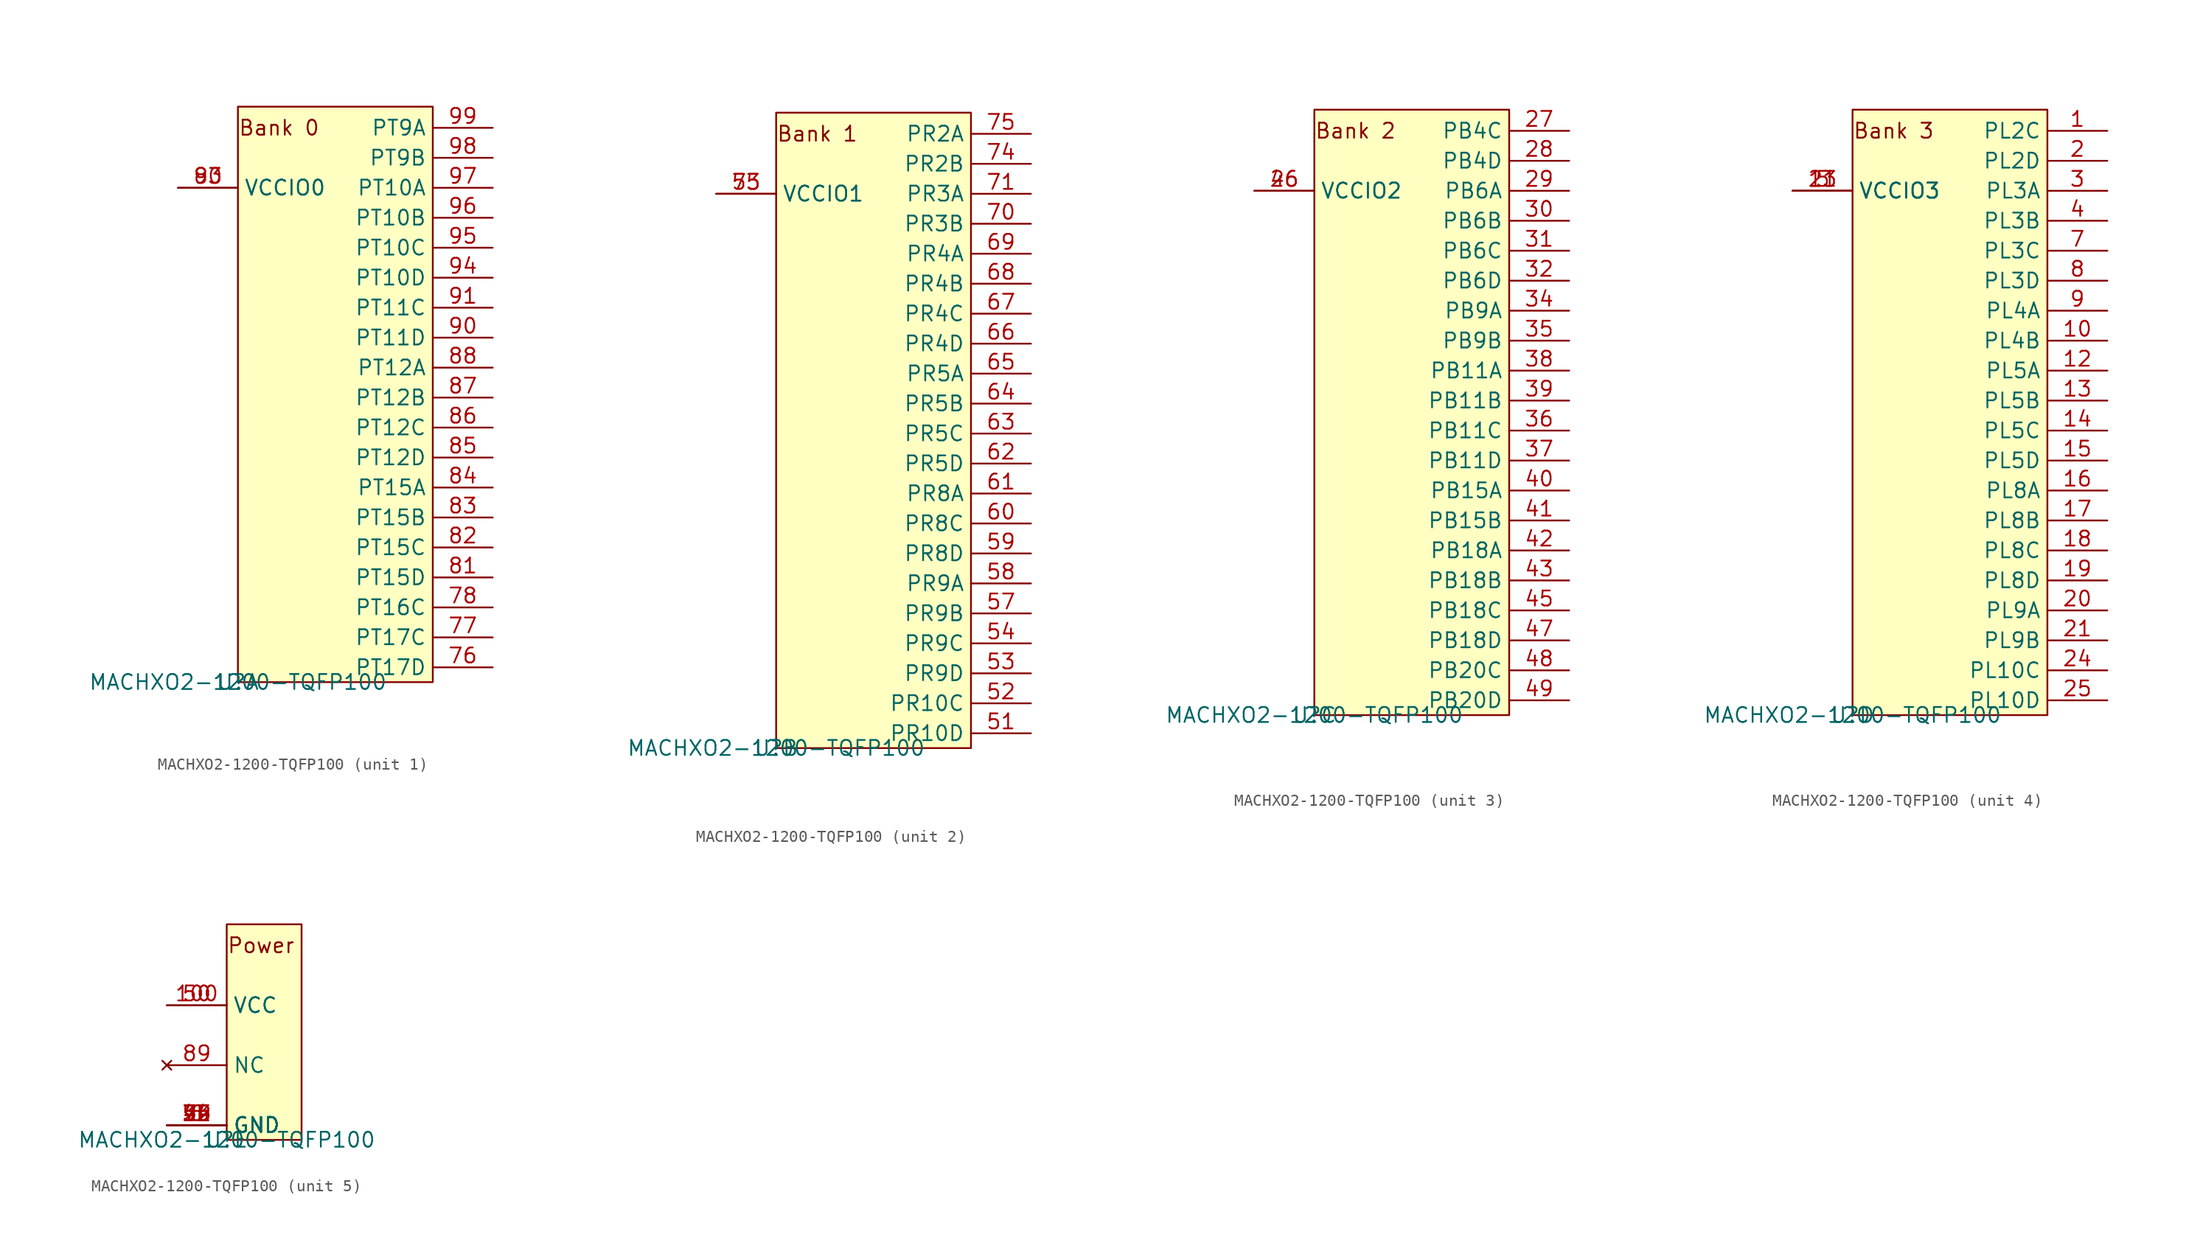
<source format=kicad_sym>
(kicad_symbol_lib
  (version 20211014)
  (generator kicad_symbol_editor)
  (symbol "MACHXO2-1200-TQFP100"
    (property "Reference" "U"
      (at 0 0 0)
      (effects (font (size 1.27 1.27))))
    (property "Value" "MACHXO2-1200-TQFP100"
      (at 0 0 0)
      (effects (font (size 1.27 1.27))))
    (property "ki_locked" ""
      (at 0 0 0)
      (effects (font (size 1.27 1.27))))
    (symbol "MACHXO2-1200-TQFP100_1_0"
      (pin power_in line (at -5.08 41.894 0) (length 5.08) (name "VCCIO0" (effects (font (size 1.27 1.27)))) (number "80" (effects (font (size 1.27 1.27)))))
      (pin power_in line (at -5.08 41.894 0) (length 5.08) (name "VCCIO0" (effects (font (size 1.27 1.27)))) (number "93" (effects (font (size 1.27 1.27)))))
      (pin bidirectional line (at 21.59 46.974 180) (length 5.08) (name "PT9A" (effects (font (size 1.27 1.27)))) (number "99" (effects (font (size 1.27 1.27)))))
      (pin bidirectional line (at 21.59 44.434 180) (length 5.08) (name "PT9B" (effects (font (size 1.27 1.27)))) (number "98" (effects (font (size 1.27 1.27)))))
      (pin bidirectional line (at 21.59 41.894 180) (length 5.08) (name "PT10A" (effects (font (size 1.27 1.27)))) (number "97" (effects (font (size 1.27 1.27)))))
      (pin bidirectional line (at 21.59 39.354 180) (length 5.08) (name "PT10B" (effects (font (size 1.27 1.27)))) (number "96" (effects (font (size 1.27 1.27)))))
      (pin bidirectional line (at 21.59 36.814 180) (length 5.08) (name "PT10C" (effects (font (size 1.27 1.27)))) (number "95" (effects (font (size 1.27 1.27)))))
      (pin bidirectional line (at 21.59 34.274 180) (length 5.08) (name "PT10D" (effects (font (size 1.27 1.27)))) (number "94" (effects (font (size 1.27 1.27)))))
      (pin bidirectional line (at 21.59 31.734 180) (length 5.08) (name "PT11C" (effects (font (size 1.27 1.27)))) (number "91" (effects (font (size 1.27 1.27)))))
      (pin bidirectional line (at 21.59 29.194 180) (length 5.08) (name "PT11D" (effects (font (size 1.27 1.27)))) (number "90" (effects (font (size 1.27 1.27)))))
      (pin bidirectional line (at 21.59 26.654 180) (length 5.08) (name "PT12A" (effects (font (size 1.27 1.27)))) (number "88" (effects (font (size 1.27 1.27)))))
      (pin bidirectional line (at 21.59 24.114 180) (length 5.08) (name "PT12B" (effects (font (size 1.27 1.27)))) (number "87" (effects (font (size 1.27 1.27)))))
      (pin bidirectional line (at 21.59 21.574 180) (length 5.08) (name "PT12C" (effects (font (size 1.27 1.27)))) (number "86" (effects (font (size 1.27 1.27)))))
      (pin bidirectional line (at 21.59 19.034 180) (length 5.08) (name "PT12D" (effects (font (size 1.27 1.27)))) (number "85" (effects (font (size 1.27 1.27)))))
      (pin bidirectional line (at 21.59 16.494 180) (length 5.08) (name "PT15A" (effects (font (size 1.27 1.27)))) (number "84" (effects (font (size 1.27 1.27)))))
      (pin bidirectional line (at 21.59 13.954 180) (length 5.08) (name "PT15B" (effects (font (size 1.27 1.27)))) (number "83" (effects (font (size 1.27 1.27)))))
      (pin bidirectional line (at 21.59 11.414 180) (length 5.08) (name "PT15C" (effects (font (size 1.27 1.27)))) (number "82" (effects (font (size 1.27 1.27)))))
      (pin bidirectional line (at 21.59 8.874 180) (length 5.08) (name "PT15D" (effects (font (size 1.27 1.27)))) (number "81" (effects (font (size 1.27 1.27)))))
      (pin bidirectional line (at 21.59 6.334 180) (length 5.08) (name "PT16C" (effects (font (size 1.27 1.27)))) (number "78" (effects (font (size 1.27 1.27)))))
      (pin bidirectional line (at 21.59 3.794 180) (length 5.08) (name "PT17C" (effects (font (size 1.27 1.27)))) (number "77" (effects (font (size 1.27 1.27)))))
      (pin bidirectional line (at 21.59 1.254 180) (length 5.08) (name "PT17D" (effects (font (size 1.27 1.27)))) (number "76" (effects (font (size 1.27 1.27))))))
    (symbol "MACHXO2-1200-TQFP100_1_1"
      (rectangle (start 0 0) (end 16.51 48.768) (stroke (width 0) (type default) (color 0 0 0 0)) (fill (type background)))
      (text "Bank 0" (at 0 46.974 0) (effects (font (size 1.27 1.27)) (justify left))))
    (symbol "MACHXO2-1200-TQFP100_2_0"
      (pin power_in line (at -5.08 46.974 0) (length 5.08) (name "VCCIO1" (effects (font (size 1.27 1.27)))) (number "55" (effects (font (size 1.27 1.27)))))
      (pin power_in line (at -5.08 46.974 0) (length 5.08) (name "VCCIO1" (effects (font (size 1.27 1.27)))) (number "73" (effects (font (size 1.27 1.27)))))
      (pin bidirectional line (at 21.59 52.054 180) (length 5.08) (name "PR2A" (effects (font (size 1.27 1.27)))) (number "75" (effects (font (size 1.27 1.27)))))
      (pin bidirectional line (at 21.59 49.514 180) (length 5.08) (name "PR2B" (effects (font (size 1.27 1.27)))) (number "74" (effects (font (size 1.27 1.27)))))
      (pin bidirectional line (at 21.59 46.974 180) (length 5.08) (name "PR3A" (effects (font (size 1.27 1.27)))) (number "71" (effects (font (size 1.27 1.27)))))
      (pin bidirectional line (at 21.59 44.434 180) (length 5.08) (name "PR3B" (effects (font (size 1.27 1.27)))) (number "70" (effects (font (size 1.27 1.27)))))
      (pin bidirectional line (at 21.59 41.894 180) (length 5.08) (name "PR4A" (effects (font (size 1.27 1.27)))) (number "69" (effects (font (size 1.27 1.27)))))
      (pin bidirectional line (at 21.59 39.354 180) (length 5.08) (name "PR4B" (effects (font (size 1.27 1.27)))) (number "68" (effects (font (size 1.27 1.27)))))
      (pin bidirectional line (at 21.59 36.814 180) (length 5.08) (name "PR4C" (effects (font (size 1.27 1.27)))) (number "67" (effects (font (size 1.27 1.27)))))
      (pin bidirectional line (at 21.59 34.274 180) (length 5.08) (name "PR4D" (effects (font (size 1.27 1.27)))) (number "66" (effects (font (size 1.27 1.27)))))
      (pin bidirectional line (at 21.59 31.734 180) (length 5.08) (name "PR5A" (effects (font (size 1.27 1.27)))) (number "65" (effects (font (size 1.27 1.27)))))
      (pin bidirectional line (at 21.59 29.194 180) (length 5.08) (name "PR5B" (effects (font (size 1.27 1.27)))) (number "64" (effects (font (size 1.27 1.27)))))
      (pin bidirectional line (at 21.59 26.654 180) (length 5.08) (name "PR5C" (effects (font (size 1.27 1.27)))) (number "63" (effects (font (size 1.27 1.27)))))
      (pin bidirectional line (at 21.59 24.114 180) (length 5.08) (name "PR5D" (effects (font (size 1.27 1.27)))) (number "62" (effects (font (size 1.27 1.27)))))
      (pin bidirectional line (at 21.59 21.574 180) (length 5.08) (name "PR8A" (effects (font (size 1.27 1.27)))) (number "61" (effects (font (size 1.27 1.27)))))
      (pin bidirectional line (at 21.59 19.034 180) (length 5.08) (name "PR8C" (effects (font (size 1.27 1.27)))) (number "60" (effects (font (size 1.27 1.27)))))
      (pin bidirectional line (at 21.59 16.494 180) (length 5.08) (name "PR8D" (effects (font (size 1.27 1.27)))) (number "59" (effects (font (size 1.27 1.27)))))
      (pin bidirectional line (at 21.59 13.954 180) (length 5.08) (name "PR9A" (effects (font (size 1.27 1.27)))) (number "58" (effects (font (size 1.27 1.27)))))
      (pin bidirectional line (at 21.59 11.414 180) (length 5.08) (name "PR9B" (effects (font (size 1.27 1.27)))) (number "57" (effects (font (size 1.27 1.27)))))
      (pin bidirectional line (at 21.59 8.874 180) (length 5.08) (name "PR9C" (effects (font (size 1.27 1.27)))) (number "54" (effects (font (size 1.27 1.27)))))
      (pin bidirectional line (at 21.59 6.334 180) (length 5.08) (name "PR9D" (effects (font (size 1.27 1.27)))) (number "53" (effects (font (size 1.27 1.27)))))
      (pin bidirectional line (at 21.59 3.794 180) (length 5.08) (name "PR10C" (effects (font (size 1.27 1.27)))) (number "52" (effects (font (size 1.27 1.27)))))
      (pin bidirectional line (at 21.59 1.254 180) (length 5.08) (name "PR10D" (effects (font (size 1.27 1.27)))) (number "51" (effects (font (size 1.27 1.27))))))
    (symbol "MACHXO2-1200-TQFP100_2_1"
      (rectangle (start 0 0) (end 16.51 53.848) (stroke (width 0) (type default) (color 0 0 0 0)) (fill (type background)))
      (text "Bank 1" (at 0 52.054 0) (effects (font (size 1.27 1.27)) (justify left))))
    (symbol "MACHXO2-1200-TQFP100_3_0"
      (pin power_in line (at -5.08 44.434 0) (length 5.08) (name "VCCIO2" (effects (font (size 1.27 1.27)))) (number "26" (effects (font (size 1.27 1.27)))))
      (pin power_in line (at -5.08 44.434 0) (length 5.08) (name "VCCIO2" (effects (font (size 1.27 1.27)))) (number "46" (effects (font (size 1.27 1.27)))))
      (pin bidirectional line (at 21.59 49.514 180) (length 5.08) (name "PB4C" (effects (font (size 1.27 1.27)))) (number "27" (effects (font (size 1.27 1.27)))))
      (pin bidirectional line (at 21.59 46.974 180) (length 5.08) (name "PB4D" (effects (font (size 1.27 1.27)))) (number "28" (effects (font (size 1.27 1.27)))))
      (pin bidirectional line (at 21.59 44.434 180) (length 5.08) (name "PB6A" (effects (font (size 1.27 1.27)))) (number "29" (effects (font (size 1.27 1.27)))))
      (pin bidirectional line (at 21.59 41.894 180) (length 5.08) (name "PB6B" (effects (font (size 1.27 1.27)))) (number "30" (effects (font (size 1.27 1.27)))))
      (pin bidirectional line (at 21.59 39.354 180) (length 5.08) (name "PB6C" (effects (font (size 1.27 1.27)))) (number "31" (effects (font (size 1.27 1.27)))))
      (pin bidirectional line (at 21.59 36.814 180) (length 5.08) (name "PB6D" (effects (font (size 1.27 1.27)))) (number "32" (effects (font (size 1.27 1.27)))))
      (pin bidirectional line (at 21.59 34.274 180) (length 5.08) (name "PB9A" (effects (font (size 1.27 1.27)))) (number "34" (effects (font (size 1.27 1.27)))))
      (pin bidirectional line (at 21.59 31.734 180) (length 5.08) (name "PB9B" (effects (font (size 1.27 1.27)))) (number "35" (effects (font (size 1.27 1.27)))))
      (pin bidirectional line (at 21.59 29.194 180) (length 5.08) (name "PB11A" (effects (font (size 1.27 1.27)))) (number "38" (effects (font (size 1.27 1.27)))))
      (pin bidirectional line (at 21.59 26.654 180) (length 5.08) (name "PB11B" (effects (font (size 1.27 1.27)))) (number "39" (effects (font (size 1.27 1.27)))))
      (pin bidirectional line (at 21.59 24.114 180) (length 5.08) (name "PB11C" (effects (font (size 1.27 1.27)))) (number "36" (effects (font (size 1.27 1.27)))))
      (pin bidirectional line (at 21.59 21.574 180) (length 5.08) (name "PB11D" (effects (font (size 1.27 1.27)))) (number "37" (effects (font (size 1.27 1.27)))))
      (pin bidirectional line (at 21.59 19.034 180) (length 5.08) (name "PB15A" (effects (font (size 1.27 1.27)))) (number "40" (effects (font (size 1.27 1.27)))))
      (pin bidirectional line (at 21.59 16.494 180) (length 5.08) (name "PB15B" (effects (font (size 1.27 1.27)))) (number "41" (effects (font (size 1.27 1.27)))))
      (pin bidirectional line (at 21.59 13.954 180) (length 5.08) (name "PB18A" (effects (font (size 1.27 1.27)))) (number "42" (effects (font (size 1.27 1.27)))))
      (pin bidirectional line (at 21.59 11.414 180) (length 5.08) (name "PB18B" (effects (font (size 1.27 1.27)))) (number "43" (effects (font (size 1.27 1.27)))))
      (pin bidirectional line (at 21.59 8.874 180) (length 5.08) (name "PB18C" (effects (font (size 1.27 1.27)))) (number "45" (effects (font (size 1.27 1.27)))))
      (pin bidirectional line (at 21.59 6.334 180) (length 5.08) (name "PB18D" (effects (font (size 1.27 1.27)))) (number "47" (effects (font (size 1.27 1.27)))))
      (pin bidirectional line (at 21.59 3.794 180) (length 5.08) (name "PB20C" (effects (font (size 1.27 1.27)))) (number "48" (effects (font (size 1.27 1.27)))))
      (pin bidirectional line (at 21.59 1.254 180) (length 5.08) (name "PB20D" (effects (font (size 1.27 1.27)))) (number "49" (effects (font (size 1.27 1.27))))))
    (symbol "MACHXO2-1200-TQFP100_3_1"
      (rectangle (start 0 0) (end 16.51 51.308) (stroke (width 0) (type default) (color 0 0 0 0)) (fill (type background)))
      (text "Bank 2" (at 0 49.514 0) (effects (font (size 1.27 1.27)) (justify left))))
    (symbol "MACHXO2-1200-TQFP100_4_0"
      (pin power_in line (at -5.08 44.434 0) (length 5.08) (name "VCCIO3" (effects (font (size 1.27 1.27)))) (number "5" (effects (font (size 1.27 1.27)))))
      (pin power_in line (at -5.08 44.434 0) (length 5.08) (name "VCCIO3" (effects (font (size 1.27 1.27)))) (number "11" (effects (font (size 1.27 1.27)))))
      (pin power_in line (at -5.08 44.434 0) (length 5.08) (name "VCCIO3" (effects (font (size 1.27 1.27)))) (number "23" (effects (font (size 1.27 1.27)))))
      (pin bidirectional line (at 21.59 49.514 180) (length 5.08) (name "PL2C" (effects (font (size 1.27 1.27)))) (number "1" (effects (font (size 1.27 1.27)))))
      (pin bidirectional line (at 21.59 46.974 180) (length 5.08) (name "PL2D" (effects (font (size 1.27 1.27)))) (number "2" (effects (font (size 1.27 1.27)))))
      (pin bidirectional line (at 21.59 44.434 180) (length 5.08) (name "PL3A" (effects (font (size 1.27 1.27)))) (number "3" (effects (font (size 1.27 1.27)))))
      (pin bidirectional line (at 21.59 41.894 180) (length 5.08) (name "PL3B" (effects (font (size 1.27 1.27)))) (number "4" (effects (font (size 1.27 1.27)))))
      (pin bidirectional line (at 21.59 39.354 180) (length 5.08) (name "PL3C" (effects (font (size 1.27 1.27)))) (number "7" (effects (font (size 1.27 1.27)))))
      (pin bidirectional line (at 21.59 36.814 180) (length 5.08) (name "PL3D" (effects (font (size 1.27 1.27)))) (number "8" (effects (font (size 1.27 1.27)))))
      (pin bidirectional line (at 21.59 34.274 180) (length 5.08) (name "PL4A" (effects (font (size 1.27 1.27)))) (number "9" (effects (font (size 1.27 1.27)))))
      (pin bidirectional line (at 21.59 31.734 180) (length 5.08) (name "PL4B" (effects (font (size 1.27 1.27)))) (number "10" (effects (font (size 1.27 1.27)))))
      (pin bidirectional line (at 21.59 29.194 180) (length 5.08) (name "PL5A" (effects (font (size 1.27 1.27)))) (number "12" (effects (font (size 1.27 1.27)))))
      (pin bidirectional line (at 21.59 26.654 180) (length 5.08) (name "PL5B" (effects (font (size 1.27 1.27)))) (number "13" (effects (font (size 1.27 1.27)))))
      (pin bidirectional line (at 21.59 24.114 180) (length 5.08) (name "PL5C" (effects (font (size 1.27 1.27)))) (number "14" (effects (font (size 1.27 1.27)))))
      (pin bidirectional line (at 21.59 21.574 180) (length 5.08) (name "PL5D" (effects (font (size 1.27 1.27)))) (number "15" (effects (font (size 1.27 1.27)))))
      (pin bidirectional line (at 21.59 19.034 180) (length 5.08) (name "PL8A" (effects (font (size 1.27 1.27)))) (number "16" (effects (font (size 1.27 1.27)))))
      (pin bidirectional line (at 21.59 16.494 180) (length 5.08) (name "PL8B" (effects (font (size 1.27 1.27)))) (number "17" (effects (font (size 1.27 1.27)))))
      (pin bidirectional line (at 21.59 13.954 180) (length 5.08) (name "PL8C" (effects (font (size 1.27 1.27)))) (number "18" (effects (font (size 1.27 1.27)))))
      (pin bidirectional line (at 21.59 11.414 180) (length 5.08) (name "PL8D" (effects (font (size 1.27 1.27)))) (number "19" (effects (font (size 1.27 1.27)))))
      (pin bidirectional line (at 21.59 8.874 180) (length 5.08) (name "PL9A" (effects (font (size 1.27 1.27)))) (number "20" (effects (font (size 1.27 1.27)))))
      (pin bidirectional line (at 21.59 6.334 180) (length 5.08) (name "PL9B" (effects (font (size 1.27 1.27)))) (number "21" (effects (font (size 1.27 1.27)))))
      (pin bidirectional line (at 21.59 3.794 180) (length 5.08) (name "PL10C" (effects (font (size 1.27 1.27)))) (number "24" (effects (font (size 1.27 1.27)))))
      (pin bidirectional line (at 21.59 1.254 180) (length 5.08) (name "PL10D" (effects (font (size 1.27 1.27)))) (number "25" (effects (font (size 1.27 1.27))))))
    (symbol "MACHXO2-1200-TQFP100_4_1"
      (rectangle (start 0 0) (end 16.51 51.308) (stroke (width 0) (type default) (color 0 0 0 0)) (fill (type background)))
      (text "Bank 3" (at 0 49.514 0) (effects (font (size 1.27 1.27)) (justify left))))
    (symbol "MACHXO2-1200-TQFP100_5_0"
      (pin power_in line (at -5.08 11.414 0) (length 5.08) (name "VCC" (effects (font (size 1.27 1.27)))) (number "50" (effects (font (size 1.27 1.27)))))
      (pin power_in line (at -5.08 11.414 0) (length 5.08) (name "VCC" (effects (font (size 1.27 1.27)))) (number "100" (effects (font (size 1.27 1.27)))))
      (pin no_connect line (at -5.08 6.334 0) (length 5.08) (name "NC" (effects (font (size 1.27 1.27)))) (number "89" (effects (font (size 1.27 1.27)))))
      (pin power_in line (at -5.08 1.254 0) (length 5.08) (name "GND" (effects (font (size 1.27 1.27)))) (number "6" (effects (font (size 1.27 1.27)))))
      (pin power_in line (at -5.08 1.254 0) (length 5.08) (name "GND" (effects (font (size 1.27 1.27)))) (number "22" (effects (font (size 1.27 1.27)))))
      (pin power_in line (at -5.08 1.254 0) (length 5.08) (name "GND" (effects (font (size 1.27 1.27)))) (number "33" (effects (font (size 1.27 1.27)))))
      (pin power_in line (at -5.08 1.254 0) (length 5.08) (name "GND" (effects (font (size 1.27 1.27)))) (number "44" (effects (font (size 1.27 1.27)))))
      (pin power_in line (at -5.08 1.254 0) (length 5.08) (name "GND" (effects (font (size 1.27 1.27)))) (number "56" (effects (font (size 1.27 1.27)))))
      (pin power_in line (at -5.08 1.254 0) (length 5.08) (name "GND" (effects (font (size 1.27 1.27)))) (number "72" (effects (font (size 1.27 1.27)))))
      (pin power_in line (at -5.08 1.254 0) (length 5.08) (name "GND" (effects (font (size 1.27 1.27)))) (number "79" (effects (font (size 1.27 1.27)))))
      (pin power_in line (at -5.08 1.254 0) (length 5.08) (name "GND" (effects (font (size 1.27 1.27)))) (number "92" (effects (font (size 1.27 1.27))))))
    (symbol "MACHXO2-1200-TQFP100_5_1"
      (rectangle (start 0 0) (end 6.35 18.288) (stroke (width 0) (type default) (color 0 0 0 0)) (fill (type background)))
      (text "Power" (at 0 16.494 0) (effects (font (size 1.27 1.27)) (justify left))))))
</source>
